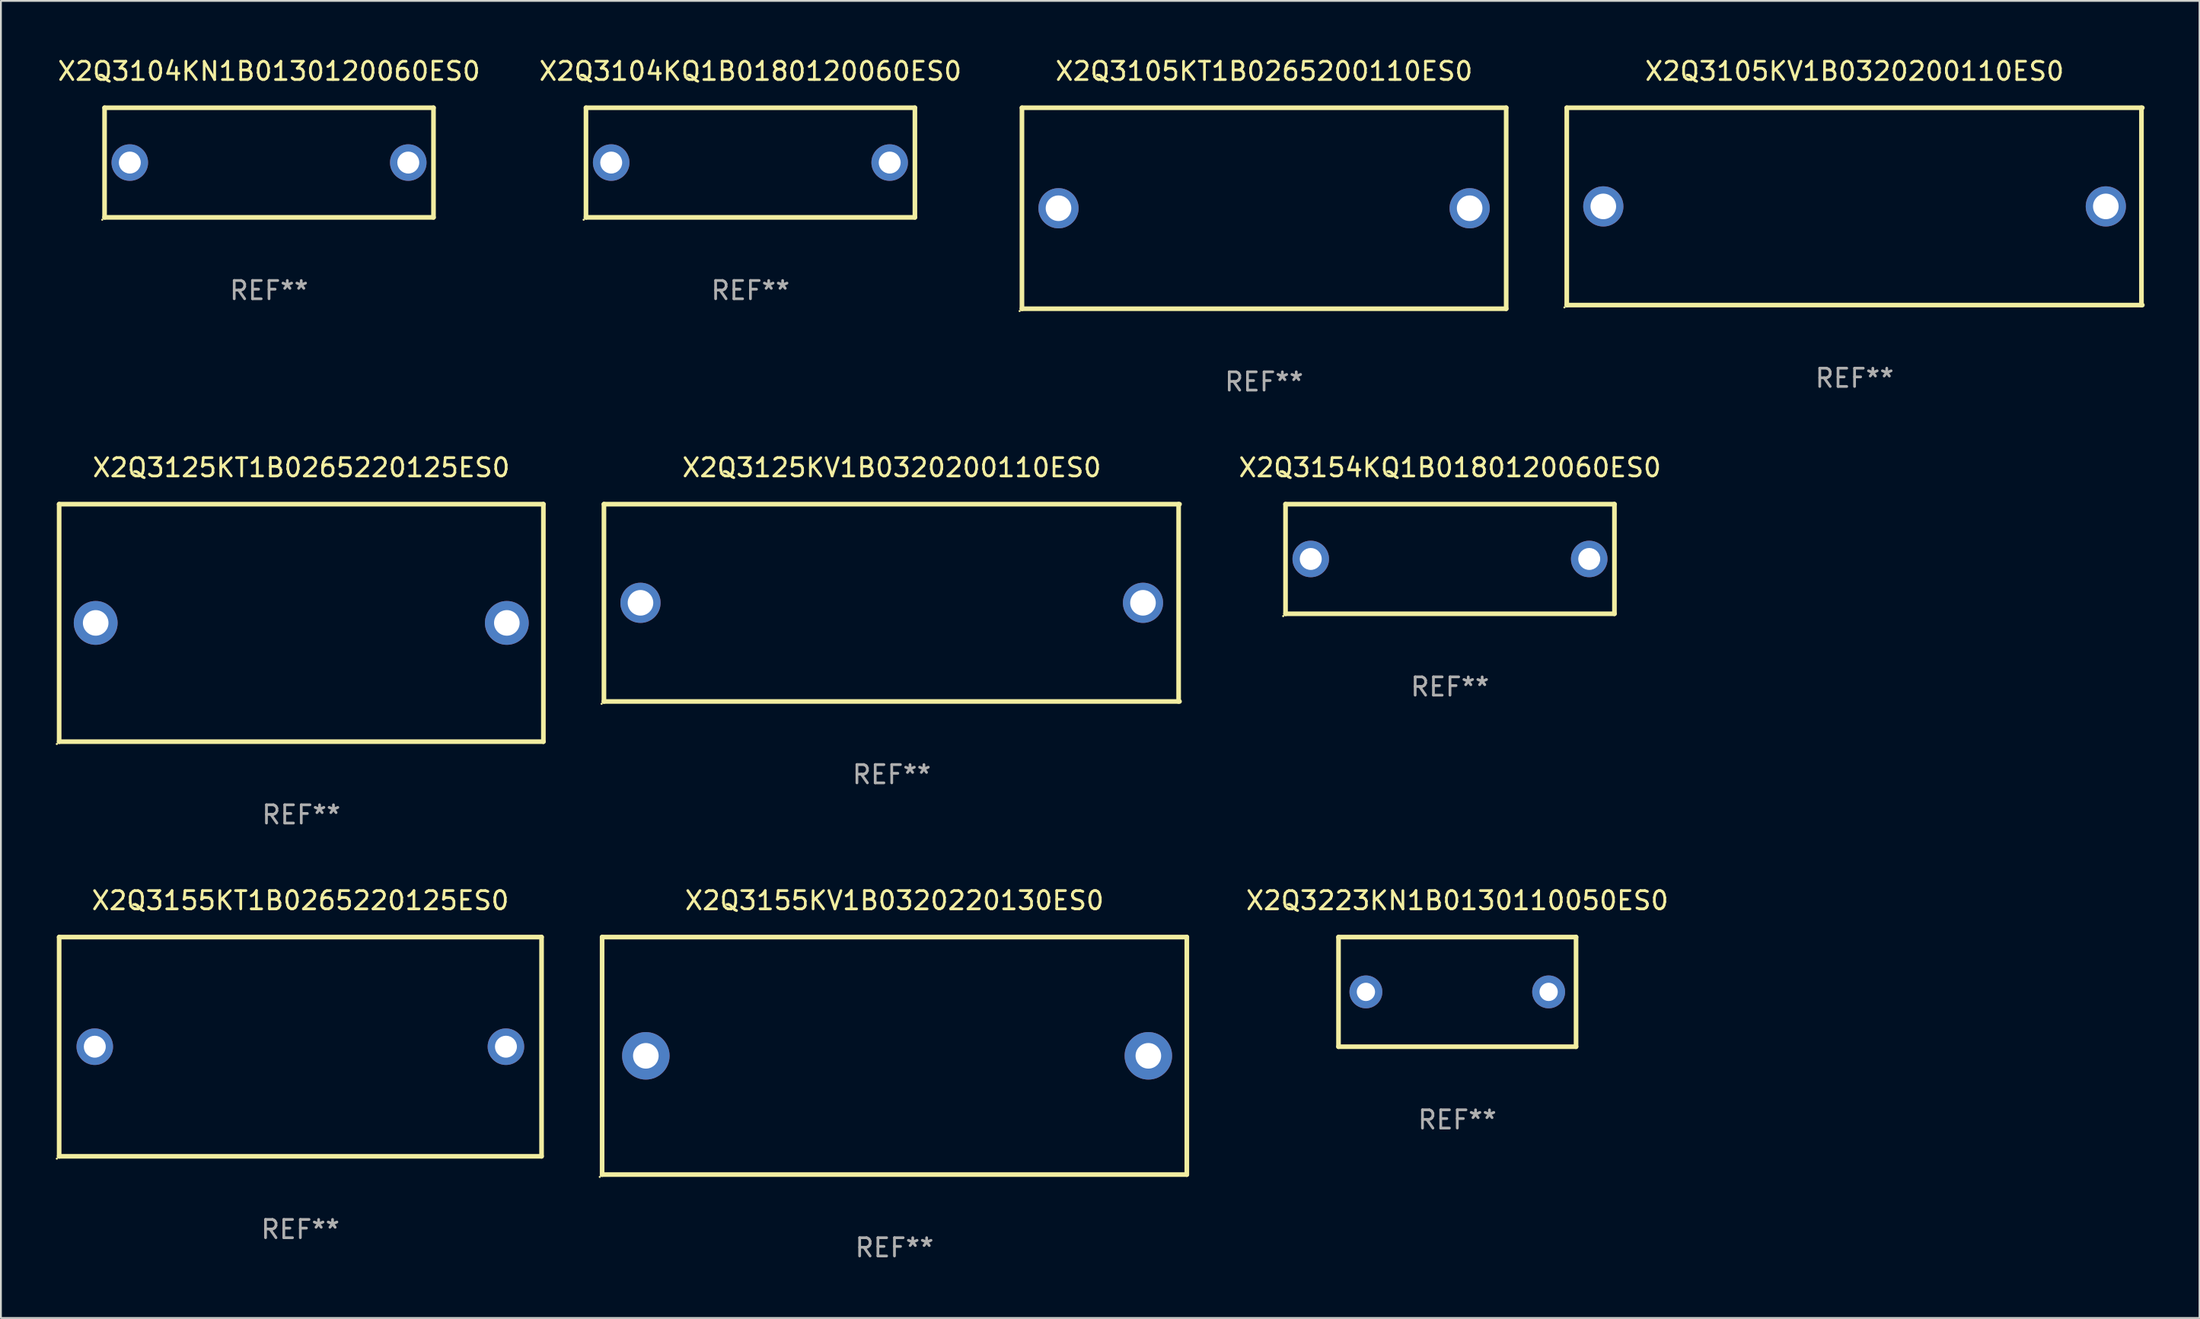
<source format=kicad_pcb>
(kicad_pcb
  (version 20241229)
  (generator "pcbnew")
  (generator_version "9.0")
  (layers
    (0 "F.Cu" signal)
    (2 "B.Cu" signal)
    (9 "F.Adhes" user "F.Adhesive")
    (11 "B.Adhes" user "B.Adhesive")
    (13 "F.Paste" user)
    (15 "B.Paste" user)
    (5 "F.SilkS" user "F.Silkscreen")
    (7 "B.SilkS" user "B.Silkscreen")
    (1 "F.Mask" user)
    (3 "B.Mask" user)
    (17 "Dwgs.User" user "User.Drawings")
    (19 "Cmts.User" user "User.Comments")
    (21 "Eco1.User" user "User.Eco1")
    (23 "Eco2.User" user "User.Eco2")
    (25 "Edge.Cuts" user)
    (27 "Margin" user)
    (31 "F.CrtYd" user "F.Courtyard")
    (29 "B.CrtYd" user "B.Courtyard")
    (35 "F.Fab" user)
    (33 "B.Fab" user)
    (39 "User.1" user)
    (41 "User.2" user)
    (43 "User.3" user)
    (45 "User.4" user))
  (footprint "X2Q3105KT1B0265200110ES0"
    (layer "F.Cu")
    (at 66.127 8.348)
    (property "Reference" "X2Q3105KT1B0265200110ES0" (at 0 -7.5 0) (layer "F.SilkS") (effects (font (size 1 1) (thickness 0.15))))
    (attr through_hole)
    (fp_line (start -13.25 -5.5) (end 13.25 -5.5) (stroke (width 0.254) (type solid)) (layer "F.SilkS"))
    (fp_line (start -13.25 5.5) (end -13.25 -5.5) (stroke (width 0.254) (type solid)) (layer "F.SilkS"))
    (fp_line (start 13.25 -5.5) (end 13.25 5.5) (stroke (width 0.254) (type solid)) (layer "F.SilkS"))
    (fp_line (start 13.25 5.5) (end -13.25 5.5) (stroke (width 0.254) (type solid)) (layer "F.SilkS"))
    (fp_circle (center -13.377 5.627) (end -13.347 5.627) (stroke (width 0.06) (type solid)) (fill no) (layer "F.SilkS"))
    (fp_text user "REF**" (at 0 9.5 0) (layer "F.Fab") (effects (font (size 1 1) (thickness 0.15))))
    (pad "1" thru_hole circle (at -11.25 0) (size 2.2 2.2) (drill 1.4) (layers "*.Cu" "*.Mask"))
    (pad "2" thru_hole circle (at 11.25 0) (size 2.2 2.2) (drill 1.4) (layers "*.Cu" "*.Mask")))
  (footprint "X2Q3223KN1B0130110050ES0"
    (layer "F.Cu")
    (at 76.7 51.241)
    (property "Reference" "X2Q3223KN1B0130110050ES0" (at 0 -5 0) (layer "F.SilkS") (effects (font (size 1 1) (thickness 0.15))))
    (attr through_hole)
    (fp_line (start -6.5 -3) (end 6.5 -3) (stroke (width 0.254) (type solid)) (layer "F.SilkS"))
    (fp_line (start -6.5 3) (end -6.5 -3) (stroke (width 0.254) (type solid)) (layer "F.SilkS"))
    (fp_line (start 6.5 -3) (end 6.5 3) (stroke (width 0.254) (type solid)) (layer "F.SilkS"))
    (fp_line (start 6.5 3) (end -6.5 3) (stroke (width 0.254) (type solid)) (layer "F.SilkS"))
    (fp_circle (center -6.5 3) (end -6.47 3) (stroke (width 0.06) (type solid)) (fill no) (layer "F.SilkS"))
    (fp_text user "REF**" (at 0 7 0) (layer "F.Fab") (effects (font (size 1 1) (thickness 0.15))))
    (pad "1" thru_hole circle (at -5 0) (size 1.8 1.8) (drill 1) (layers "*.Cu" "*.Mask"))
    (pad "2" thru_hole circle (at 5 0) (size 1.8 1.8) (drill 1) (layers "*.Cu" "*.Mask")))
  (footprint "X2Q3125KT1B0265220125ES0"
    (layer "F.Cu")
    (at 13.437 31.045)
    (property "Reference" "X2Q3125KT1B0265220125ES0" (at 0 -8.5 0) (layer "F.SilkS") (effects (font (size 1 1) (thickness 0.15))))
    (attr through_hole)
    (fp_line (start -13.25 -6.5) (end 13.25 -6.5) (stroke (width 0.254) (type solid)) (layer "F.SilkS"))
    (fp_line (start -13.25 6.5) (end -13.25 -6.5) (stroke (width 0.254) (type solid)) (layer "F.SilkS"))
    (fp_line (start 13.25 -6.5) (end 13.25 6.5) (stroke (width 0.254) (type solid)) (layer "F.SilkS"))
    (fp_line (start 13.25 6.5) (end -13.25 6.5) (stroke (width 0.254) (type solid)) (layer "F.SilkS"))
    (fp_circle (center -13.377 6.627) (end -13.347 6.627) (stroke (width 0.06) (type solid)) (fill no) (layer "F.SilkS"))
    (fp_text user "REF**" (at 0 10.5 0) (layer "F.Fab") (effects (font (size 1 1) (thickness 0.15))))
    (pad "1" thru_hole circle (at -11.25 0) (size 2.4 2.4) (drill 1.4) (layers "*.Cu" "*.Mask"))
    (pad "2" thru_hole circle (at 11.25 0) (size 2.4 2.4) (drill 1.4) (layers "*.Cu" "*.Mask")))
  (footprint "X2Q3125KV1B0320200110ES0"
    (layer "F.Cu")
    (at 45.751 29.945)
    (property "Reference" "X2Q3125KV1B0320200110ES0" (at 0 -7.4 0) (layer "F.SilkS") (effects (font (size 1 1) (thickness 0.15))))
    (attr through_hole)
    (fp_line (start -15.75 -5.4) (end 15.75 -5.4) (stroke (width 0.254) (type solid)) (layer "F.SilkS"))
    (fp_line (start -15.75 5.4) (end -15.75 -5.4) (stroke (width 0.254) (type solid)) (layer "F.SilkS"))
    (fp_line (start 15.7 -5.4) (end 15.7 5.4) (stroke (width 0.254) (type solid)) (layer "F.SilkS"))
    (fp_line (start 15.75 5.4) (end -15.75 5.4) (stroke (width 0.254) (type solid)) (layer "F.SilkS"))
    (fp_circle (center -15.877 5.527) (end -15.847 5.527) (stroke (width 0.06) (type solid)) (fill no) (layer "F.SilkS"))
    (fp_text user "REF**" (at 0 9.4 0) (layer "F.Fab") (effects (font (size 1 1) (thickness 0.15))))
    (pad "1" thru_hole circle (at -13.75 0) (size 2.2 2.2) (drill 1.4) (layers "*.Cu" "*.Mask"))
    (pad "2" thru_hole circle (at 13.75 0) (size 2.2 2.2) (drill 1.4) (layers "*.Cu" "*.Mask")))
  (footprint "X2Q3104KQ1B0180120060ES0"
    (layer "F.Cu")
    (at 38.018 5.848)
    (property "Reference" "X2Q3104KQ1B0180120060ES0" (at 0 -5 0) (layer "F.SilkS") (effects (font (size 1 1) (thickness 0.15))))
    (attr through_hole)
    (fp_line (start -9 -3) (end 9 -3) (stroke (width 0.254) (type solid)) (layer "F.SilkS"))
    (fp_line (start -9 3) (end -9 -3) (stroke (width 0.254) (type solid)) (layer "F.SilkS"))
    (fp_line (start 9 -3) (end 9 3) (stroke (width 0.254) (type solid)) (layer "F.SilkS"))
    (fp_line (start 9 3) (end -9 3) (stroke (width 0.254) (type solid)) (layer "F.SilkS"))
    (fp_circle (center -9.127 3.127) (end -9.097 3.127) (stroke (width 0.06) (type solid)) (fill no) (layer "F.SilkS"))
    (fp_text user "REF**" (at 0 7 0) (layer "F.Fab") (effects (font (size 1 1) (thickness 0.15))))
    (pad "1" thru_hole circle (at -7.62 0) (size 2 2) (drill 1.2) (layers "*.Cu" "*.Mask"))
    (pad "2" thru_hole circle (at 7.62 0) (size 2 2) (drill 1.2) (layers "*.Cu" "*.Mask")))
  (footprint "X2Q3155KT1B0265220125ES0"
    (layer "F.Cu")
    (at 13.387 54.241)
    (property "Reference" "X2Q3155KT1B0265220125ES0" (at 0 -8 0) (layer "F.SilkS") (effects (font (size 1 1) (thickness 0.15))))
    (attr through_hole)
    (fp_line (start -13.2 -6) (end 13.2 -6) (stroke (width 0.254) (type solid)) (layer "F.SilkS"))
    (fp_line (start -13.2 6) (end -13.2 -6) (stroke (width 0.254) (type solid)) (layer "F.SilkS"))
    (fp_line (start -13.2 6) (end 13.2 6) (stroke (width 0.254) (type solid)) (layer "F.SilkS"))
    (fp_line (start 13.2 -6) (end 13.2 6) (stroke (width 0.254) (type solid)) (layer "F.SilkS"))
    (fp_circle (center -13.327 6.127) (end -13.297 6.127) (stroke (width 0.06) (type solid)) (fill no) (layer "F.SilkS"))
    (fp_text user "REF**" (at 0 10 0) (layer "F.Fab") (effects (font (size 1 1) (thickness 0.15))))
    (pad "1" thru_hole circle (at -11.25 0) (size 2 2) (drill 1.2) (layers "*.Cu" "*.Mask"))
    (pad "2" thru_hole circle (at 11.25 0) (size 2 2) (drill 1.2) (layers "*.Cu" "*.Mask")))
  (footprint "X2Q3155KV1B0320220130ES0"
    (layer "F.Cu")
    (at 45.9 54.741)
    (property "Reference" "X2Q3155KV1B0320220130ES0" (at 0 -8.5 0) (layer "F.SilkS") (effects (font (size 1 1) (thickness 0.15))))
    (attr through_hole)
    (fp_line (start -15.999 -6.5) (end -15.999 6.5) (stroke (width 0.254) (type solid)) (layer "F.SilkS"))
    (fp_line (start -15.999 -6.5) (end 15.999 -6.5) (stroke (width 0.254) (type solid)) (layer "F.SilkS"))
    (fp_line (start 15.999 -6.5) (end 15.999 6.5) (stroke (width 0.254) (type solid)) (layer "F.SilkS"))
    (fp_line (start 15.999 6.5) (end -15.999 6.5) (stroke (width 0.254) (type solid)) (layer "F.SilkS"))
    (fp_circle (center -16.126 6.627) (end -16.096 6.627) (stroke (width 0.06) (type solid)) (fill no) (layer "F.SilkS"))
    (fp_text user "REF**" (at 0 10.5 0) (layer "F.Fab") (effects (font (size 1 1) (thickness 0.15))))
    (pad "1" thru_hole circle (at -13.606 0) (size 2.6 2.6) (drill 1.4) (layers "*.Cu" "*.Mask"))
    (pad "2" thru_hole circle (at 13.894 0) (size 2.6 2.6) (drill 1.4) (layers "*.Cu" "*.Mask")))
  (footprint "X2Q3105KV1B0320200110ES0"
    (layer "F.Cu")
    (at 98.442 8.248)
    (property "Reference" "X2Q3105KV1B0320200110ES0" (at 0 -7.4 0) (layer "F.SilkS") (effects (font (size 1 1) (thickness 0.15))))
    (attr through_hole)
    (fp_line (start -15.75 -5.4) (end 15.75 -5.4) (stroke (width 0.254) (type solid)) (layer "F.SilkS"))
    (fp_line (start -15.75 5.4) (end -15.75 -5.4) (stroke (width 0.254) (type solid)) (layer "F.SilkS"))
    (fp_line (start 15.7 -5.4) (end 15.7 5.4) (stroke (width 0.254) (type solid)) (layer "F.SilkS"))
    (fp_line (start 15.75 5.4) (end -15.75 5.4) (stroke (width 0.254) (type solid)) (layer "F.SilkS"))
    (fp_circle (center -15.877 5.527) (end -15.847 5.527) (stroke (width 0.06) (type solid)) (fill no) (layer "F.SilkS"))
    (fp_text user "REF**" (at 0 9.4 0) (layer "F.Fab") (effects (font (size 1 1) (thickness 0.15))))
    (pad "1" thru_hole circle (at -13.75 0) (size 2.2 2.2) (drill 1.4) (layers "*.Cu" "*.Mask"))
    (pad "2" thru_hole circle (at 13.75 0) (size 2.2 2.2) (drill 1.4) (layers "*.Cu" "*.Mask")))
  (footprint "X2Q3154KQ1B0180120060ES0"
    (layer "F.Cu")
    (at 76.301 27.545)
    (property "Reference" "X2Q3154KQ1B0180120060ES0" (at 0 -5 0) (layer "F.SilkS") (effects (font (size 1 1) (thickness 0.15))))
    (attr through_hole)
    (fp_line (start -9 -3) (end 9 -3) (stroke (width 0.254) (type solid)) (layer "F.SilkS"))
    (fp_line (start -9 3) (end -9 -3) (stroke (width 0.254) (type solid)) (layer "F.SilkS"))
    (fp_line (start 9 -3) (end 9 3) (stroke (width 0.254) (type solid)) (layer "F.SilkS"))
    (fp_line (start 9 3) (end -9 3) (stroke (width 0.254) (type solid)) (layer "F.SilkS"))
    (fp_circle (center -9.127 3.127) (end -9.097 3.127) (stroke (width 0.06) (type solid)) (fill no) (layer "F.SilkS"))
    (fp_text user "REF**" (at 0 7 0) (layer "F.Fab") (effects (font (size 1 1) (thickness 0.15))))
    (pad "1" thru_hole circle (at -7.62 0) (size 2 2) (drill 1.2) (layers "*.Cu" "*.Mask"))
    (pad "2" thru_hole circle (at 7.62 0) (size 2 2) (drill 1.2) (layers "*.Cu" "*.Mask")))
  (footprint "X2Q3104KN1B0130120060ES0"
    (layer "F.Cu")
    (at 11.673 5.848)
    (property "Reference" "X2Q3104KN1B0130120060ES0" (at 0 -5 0) (layer "F.SilkS") (effects (font (size 1 1) (thickness 0.15))))
    (attr through_hole)
    (fp_line (start -9 -3) (end 9 -3) (stroke (width 0.254) (type solid)) (layer "F.SilkS"))
    (fp_line (start -9 3) (end -9 -3) (stroke (width 0.254) (type solid)) (layer "F.SilkS"))
    (fp_line (start 9 -3) (end 9 3) (stroke (width 0.254) (type solid)) (layer "F.SilkS"))
    (fp_line (start 9 3) (end -9 3) (stroke (width 0.254) (type solid)) (layer "F.SilkS"))
    (fp_circle (center -9.127 3.127) (end -9.097 3.127) (stroke (width 0.06) (type solid)) (fill no) (layer "F.SilkS"))
    (fp_text user "REF**" (at 0 7 0) (layer "F.Fab") (effects (font (size 1 1) (thickness 0.15))))
    (pad "1" thru_hole circle (at -7.62 0) (size 2 2) (drill 1.2) (layers "*.Cu" "*.Mask"))
    (pad "2" thru_hole circle (at 7.62 0) (size 2 2) (drill 1.2) (layers "*.Cu" "*.Mask")))
  (gr_rect
    (start -3 -3)
    (end 117.319 69.09)
    (stroke (width 0.1) (type default))
    (fill no)
    (layer "Edge.Cuts")))
</source>
